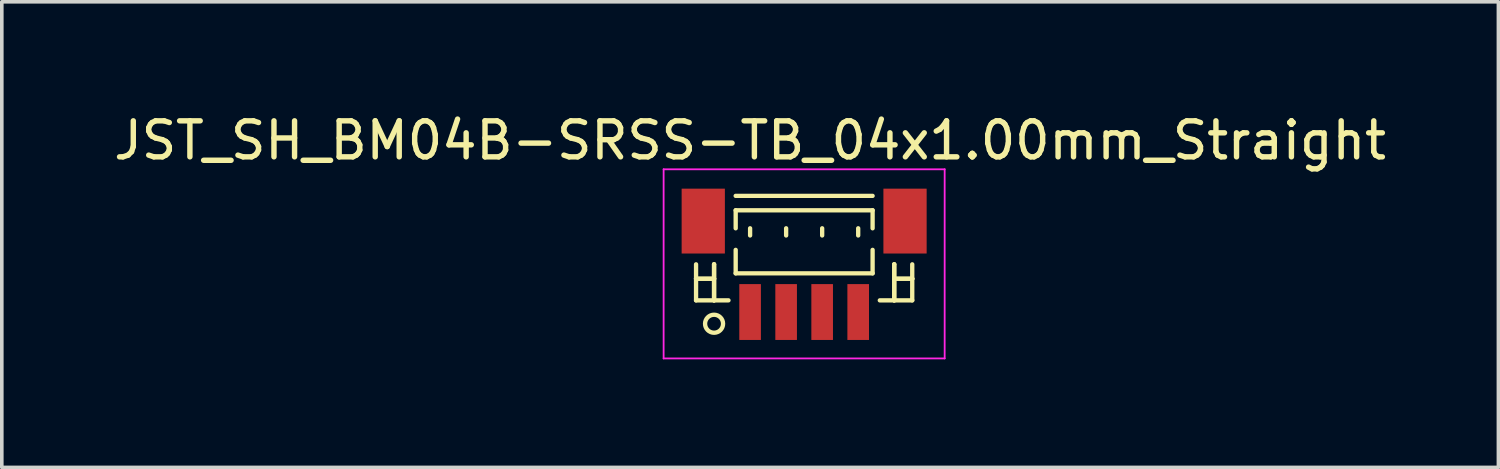
<source format=kicad_pcb>
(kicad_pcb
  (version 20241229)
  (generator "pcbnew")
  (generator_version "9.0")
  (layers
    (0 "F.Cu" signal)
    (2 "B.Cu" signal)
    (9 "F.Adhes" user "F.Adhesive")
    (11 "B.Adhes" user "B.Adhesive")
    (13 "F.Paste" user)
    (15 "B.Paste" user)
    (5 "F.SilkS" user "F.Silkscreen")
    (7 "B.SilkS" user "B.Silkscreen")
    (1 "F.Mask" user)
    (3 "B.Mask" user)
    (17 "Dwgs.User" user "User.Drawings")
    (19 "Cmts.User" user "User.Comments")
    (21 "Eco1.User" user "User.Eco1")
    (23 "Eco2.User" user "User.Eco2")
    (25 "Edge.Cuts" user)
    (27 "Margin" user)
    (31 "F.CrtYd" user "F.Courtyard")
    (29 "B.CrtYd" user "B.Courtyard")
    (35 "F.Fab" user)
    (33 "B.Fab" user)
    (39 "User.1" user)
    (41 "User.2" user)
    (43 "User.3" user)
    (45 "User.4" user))
  (footprint "JST_SH_BM04B-SRSS-TB_04x1.00mm_Straight"
    (layer "F.Cu")
    (at 19.268 4.348)
    (property "Reference" "JST_SH_BM04B-SRSS-TB_04x1.00mm_Straight" (at -1.5 -3.5 0) (layer "F.SilkS") (effects (font (size 1 1) (thickness 0.15))))
    (attr smd)
    (fp_line (start -3 -0.062) (end -3 0.938) (stroke (width 0.12) (type solid)) (layer "F.SilkS"))
    (fp_line (start -3 0.338) (end -3 0.338) (stroke (width 0.12) (type solid)) (layer "F.SilkS"))
    (fp_line (start -3 0.338) (end -2.5 0.338) (stroke (width 0.12) (type solid)) (layer "F.SilkS"))
    (fp_line (start -3 0.938) (end -2.1 0.938) (stroke (width 0.12) (type solid)) (layer "F.SilkS"))
    (fp_line (start -2.5 -0.062) (end -2.5 -0.062) (stroke (width 0.12) (type solid)) (layer "F.SilkS"))
    (fp_line (start -2.5 -0.062) (end -2.5 0.938) (stroke (width 0.12) (type solid)) (layer "F.SilkS"))
    (fp_line (start -2.5 0.338) (end -3 0.338) (stroke (width 0.12) (type solid)) (layer "F.SilkS"))
    (fp_line (start -2.5 0.338) (end -2.5 0.338) (stroke (width 0.12) (type solid)) (layer "F.SilkS"))
    (fp_line (start -2.5 0.938) (end -2.5 -0.062) (stroke (width 0.12) (type solid)) (layer "F.SilkS"))
    (fp_line (start -2.5 0.938) (end -2.5 0.938) (stroke (width 0.12) (type solid)) (layer "F.SilkS"))
    (fp_line (start -1.9 -1.962) (end 1.9 -1.962) (stroke (width 0.12) (type solid)) (layer "F.SilkS"))
    (fp_line (start -1.9 -1.562) (end 1.9 -1.562) (stroke (width 0.12) (type solid)) (layer "F.SilkS"))
    (fp_line (start -1.9 -1.062) (end -1.9 -1.562) (stroke (width 0.12) (type solid)) (layer "F.SilkS"))
    (fp_line (start -1.9 -0.463) (end -1.9 0.188) (stroke (width 0.12) (type solid)) (layer "F.SilkS"))
    (fp_line (start -1.9 0.188) (end 1.9 0.188) (stroke (width 0.12) (type solid)) (layer "F.SilkS"))
    (fp_line (start -1.5 -1.062) (end -1.5 -0.863) (stroke (width 0.12) (type solid)) (layer "F.SilkS"))
    (fp_line (start -0.5 -1.062) (end -0.5 -0.863) (stroke (width 0.12) (type solid)) (layer "F.SilkS"))
    (fp_line (start 0.5 -1.062) (end 0.5 -0.863) (stroke (width 0.12) (type solid)) (layer "F.SilkS"))
    (fp_line (start 1.5 -1.062) (end 1.5 -0.863) (stroke (width 0.12) (type solid)) (layer "F.SilkS"))
    (fp_line (start 1.9 -1.562) (end 1.9 -1.062) (stroke (width 0.12) (type solid)) (layer "F.SilkS"))
    (fp_line (start 1.9 0.188) (end 1.9 -0.463) (stroke (width 0.12) (type solid)) (layer "F.SilkS"))
    (fp_line (start 2.5 -0.062) (end 2.5 -0.062) (stroke (width 0.12) (type solid)) (layer "F.SilkS"))
    (fp_line (start 2.5 -0.062) (end 2.5 0.938) (stroke (width 0.12) (type solid)) (layer "F.SilkS"))
    (fp_line (start 2.5 0.338) (end 2.5 0.338) (stroke (width 0.12) (type solid)) (layer "F.SilkS"))
    (fp_line (start 2.5 0.338) (end 3 0.338) (stroke (width 0.12) (type solid)) (layer "F.SilkS"))
    (fp_line (start 2.5 0.938) (end 2.5 -0.062) (stroke (width 0.12) (type solid)) (layer "F.SilkS"))
    (fp_line (start 2.5 0.938) (end 2.5 0.938) (stroke (width 0.12) (type solid)) (layer "F.SilkS"))
    (fp_line (start 3 -0.062) (end 3 0.938) (stroke (width 0.12) (type solid)) (layer "F.SilkS"))
    (fp_line (start 3 0.338) (end 2.5 0.338) (stroke (width 0.12) (type solid)) (layer "F.SilkS"))
    (fp_line (start 3 0.338) (end 3 0.338) (stroke (width 0.12) (type solid)) (layer "F.SilkS"))
    (fp_line (start 3 0.938) (end 2.1 0.938) (stroke (width 0.12) (type solid)) (layer "F.SilkS"))
    (fp_circle (center -2.5 1.587) (end -2.25 1.587) (stroke (width 0.12) (type solid)) (fill no) (layer "F.SilkS"))
    (fp_line (start -3.9 -2.7) (end 3.9 -2.7) (stroke (width 0.05) (type solid)) (layer "F.CrtYd"))
    (fp_line (start -3.9 2.55) (end -3.9 -2.7) (stroke (width 0.05) (type solid)) (layer "F.CrtYd"))
    (fp_line (start 3.9 -2.7) (end 3.9 2.55) (stroke (width 0.05) (type solid)) (layer "F.CrtYd"))
    (fp_line (start 3.9 2.55) (end -3.9 2.55) (stroke (width 0.05) (type solid)) (layer "F.CrtYd"))
    (pad "" smd rect (at -2.8 -1.262) (size 1.2 1.8) (layers "F.Cu" "F.Mask" "F.Paste"))
    (pad "" smd rect (at 2.8 -1.262) (size 1.2 1.8) (layers "F.Cu" "F.Mask" "F.Paste"))
    (pad "1" smd rect (at -1.5 1.262) (size 0.6 1.55) (layers "F.Cu" "F.Mask" "F.Paste"))
    (pad "2" smd rect (at -0.5 1.262) (size 0.6 1.55) (layers "F.Cu" "F.Mask" "F.Paste"))
    (pad "3" smd rect (at 0.5 1.262) (size 0.6 1.55) (layers "F.Cu" "F.Mask" "F.Paste"))
    (pad "4" smd rect (at 1.5 1.262) (size 0.6 1.55) (layers "F.Cu" "F.Mask" "F.Paste")))
  (gr_rect
    (start -3 -3)
    (end 38.536 9.923)
    (stroke (width 0.1) (type default))
    (fill no)
    (layer "Edge.Cuts")))
</source>
